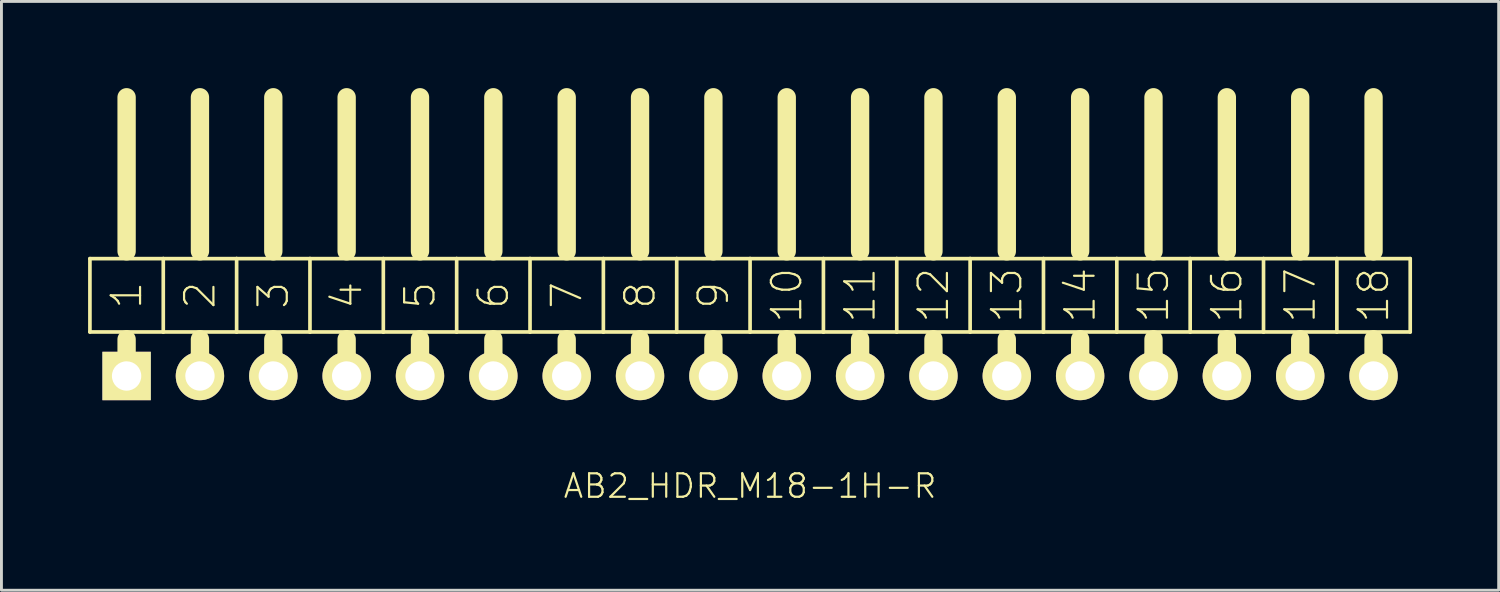
<source format=kicad_pcb>
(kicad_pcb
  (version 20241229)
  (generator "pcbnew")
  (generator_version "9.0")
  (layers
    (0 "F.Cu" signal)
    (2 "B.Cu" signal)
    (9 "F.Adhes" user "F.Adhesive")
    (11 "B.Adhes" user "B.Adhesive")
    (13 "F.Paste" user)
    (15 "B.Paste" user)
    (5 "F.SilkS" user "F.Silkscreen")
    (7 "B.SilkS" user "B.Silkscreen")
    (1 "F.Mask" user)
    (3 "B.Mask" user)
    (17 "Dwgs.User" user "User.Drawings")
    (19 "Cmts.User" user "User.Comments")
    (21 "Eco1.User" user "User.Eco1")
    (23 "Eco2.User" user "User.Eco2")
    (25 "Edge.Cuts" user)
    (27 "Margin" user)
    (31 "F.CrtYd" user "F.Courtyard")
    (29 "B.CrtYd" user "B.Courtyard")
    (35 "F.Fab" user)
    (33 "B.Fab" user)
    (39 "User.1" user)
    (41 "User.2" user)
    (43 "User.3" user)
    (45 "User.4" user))
  (footprint "AB2_HDR_M18-1H-R"
    (layer "F.Cu")
    (at 22.924 9.97)
    (property "Reference" "AB2_HDR_M18-1H-R" (at 0 3.81 0) (layer "F.SilkS") (effects (font (size 0.813 0.813) (thickness 0.076))))
    (attr through_hole)
    (fp_line (start -22.86 -4.064) (end -22.86 -1.524) (stroke (width 0.127) (type solid)) (layer "F.SilkS"))
    (fp_line (start -22.86 -1.524) (end -21.59 -1.524) (stroke (width 0.127) (type solid)) (layer "F.SilkS"))
    (fp_line (start -21.59 -4.318) (end -21.59 -9.652) (stroke (width 0.635) (type solid)) (layer "F.SilkS"))
    (fp_line (start -21.59 -1.524) (end -20.32 -1.524) (stroke (width 0.127) (type solid)) (layer "F.SilkS"))
    (fp_line (start -21.59 -1.27) (end -21.59 0) (stroke (width 0.635) (type solid)) (layer "F.SilkS"))
    (fp_line (start -20.32 -4.064) (end -22.86 -4.064) (stroke (width 0.127) (type solid)) (layer "F.SilkS"))
    (fp_line (start -20.32 -1.524) (end -20.32 -4.064) (stroke (width 0.127) (type solid)) (layer "F.SilkS"))
    (fp_line (start -20.32 -1.524) (end -19.05 -1.524) (stroke (width 0.127) (type solid)) (layer "F.SilkS"))
    (fp_line (start -19.05 -4.318) (end -19.05 -9.652) (stroke (width 0.635) (type solid)) (layer "F.SilkS"))
    (fp_line (start -19.05 -1.524) (end -17.78 -1.524) (stroke (width 0.127) (type solid)) (layer "F.SilkS"))
    (fp_line (start -19.05 -1.27) (end -19.05 0) (stroke (width 0.635) (type solid)) (layer "F.SilkS"))
    (fp_line (start -17.78 -4.064) (end -20.32 -4.064) (stroke (width 0.127) (type solid)) (layer "F.SilkS"))
    (fp_line (start -17.78 -1.524) (end -17.78 -4.064) (stroke (width 0.127) (type solid)) (layer "F.SilkS"))
    (fp_line (start -17.78 -1.524) (end -16.51 -1.524) (stroke (width 0.127) (type solid)) (layer "F.SilkS"))
    (fp_line (start -16.51 -4.318) (end -16.51 -9.652) (stroke (width 0.635) (type solid)) (layer "F.SilkS"))
    (fp_line (start -16.51 -1.524) (end -15.24 -1.524) (stroke (width 0.127) (type solid)) (layer "F.SilkS"))
    (fp_line (start -16.51 -1.27) (end -16.51 0) (stroke (width 0.635) (type solid)) (layer "F.SilkS"))
    (fp_line (start -15.24 -4.064) (end -17.78 -4.064) (stroke (width 0.127) (type solid)) (layer "F.SilkS"))
    (fp_line (start -15.24 -1.524) (end -15.24 -4.064) (stroke (width 0.127) (type solid)) (layer "F.SilkS"))
    (fp_line (start -15.24 -1.524) (end -13.97 -1.524) (stroke (width 0.127) (type solid)) (layer "F.SilkS"))
    (fp_line (start -13.97 -4.318) (end -13.97 -9.652) (stroke (width 0.635) (type solid)) (layer "F.SilkS"))
    (fp_line (start -13.97 -1.524) (end -12.7 -1.524) (stroke (width 0.127) (type solid)) (layer "F.SilkS"))
    (fp_line (start -13.97 -1.27) (end -13.97 0) (stroke (width 0.635) (type solid)) (layer "F.SilkS"))
    (fp_line (start -12.7 -4.064) (end -15.24 -4.064) (stroke (width 0.127) (type solid)) (layer "F.SilkS"))
    (fp_line (start -12.7 -1.524) (end -12.7 -4.064) (stroke (width 0.127) (type solid)) (layer "F.SilkS"))
    (fp_line (start -12.7 -1.524) (end -11.43 -1.524) (stroke (width 0.127) (type solid)) (layer "F.SilkS"))
    (fp_line (start -11.43 -4.318) (end -11.43 -9.652) (stroke (width 0.635) (type solid)) (layer "F.SilkS"))
    (fp_line (start -11.43 -1.524) (end -10.16 -1.524) (stroke (width 0.127) (type solid)) (layer "F.SilkS"))
    (fp_line (start -11.43 -1.27) (end -11.43 0) (stroke (width 0.635) (type solid)) (layer "F.SilkS"))
    (fp_line (start -10.16 -4.064) (end -12.7 -4.064) (stroke (width 0.127) (type solid)) (layer "F.SilkS"))
    (fp_line (start -10.16 -1.524) (end -10.16 -4.064) (stroke (width 0.127) (type solid)) (layer "F.SilkS"))
    (fp_line (start -10.16 -1.524) (end -8.89 -1.524) (stroke (width 0.127) (type solid)) (layer "F.SilkS"))
    (fp_line (start -8.89 -4.318) (end -8.89 -9.652) (stroke (width 0.635) (type solid)) (layer "F.SilkS"))
    (fp_line (start -8.89 -1.524) (end -7.62 -1.524) (stroke (width 0.127) (type solid)) (layer "F.SilkS"))
    (fp_line (start -8.89 -1.27) (end -8.89 0) (stroke (width 0.635) (type solid)) (layer "F.SilkS"))
    (fp_line (start -7.62 -4.064) (end -10.16 -4.064) (stroke (width 0.127) (type solid)) (layer "F.SilkS"))
    (fp_line (start -7.62 -1.524) (end -7.62 -4.064) (stroke (width 0.127) (type solid)) (layer "F.SilkS"))
    (fp_line (start -7.62 -1.524) (end -6.35 -1.524) (stroke (width 0.127) (type solid)) (layer "F.SilkS"))
    (fp_line (start -6.35 -4.318) (end -6.35 -9.652) (stroke (width 0.635) (type solid)) (layer "F.SilkS"))
    (fp_line (start -6.35 -1.524) (end -5.08 -1.524) (stroke (width 0.127) (type solid)) (layer "F.SilkS"))
    (fp_line (start -6.35 -1.27) (end -6.35 0) (stroke (width 0.635) (type solid)) (layer "F.SilkS"))
    (fp_line (start -5.08 -4.064) (end -7.62 -4.064) (stroke (width 0.127) (type solid)) (layer "F.SilkS"))
    (fp_line (start -5.08 -1.524) (end -5.08 -4.064) (stroke (width 0.127) (type solid)) (layer "F.SilkS"))
    (fp_line (start -5.08 -1.524) (end -3.81 -1.524) (stroke (width 0.127) (type solid)) (layer "F.SilkS"))
    (fp_line (start -3.81 -4.318) (end -3.81 -9.652) (stroke (width 0.635) (type solid)) (layer "F.SilkS"))
    (fp_line (start -3.81 -1.524) (end -2.54 -1.524) (stroke (width 0.127) (type solid)) (layer "F.SilkS"))
    (fp_line (start -3.81 -1.27) (end -3.81 0) (stroke (width 0.635) (type solid)) (layer "F.SilkS"))
    (fp_line (start -2.54 -4.064) (end -5.08 -4.064) (stroke (width 0.127) (type solid)) (layer "F.SilkS"))
    (fp_line (start -2.54 -1.524) (end -2.54 -4.064) (stroke (width 0.127) (type solid)) (layer "F.SilkS"))
    (fp_line (start -2.54 -1.524) (end -1.27 -1.524) (stroke (width 0.127) (type solid)) (layer "F.SilkS"))
    (fp_line (start -1.27 -4.318) (end -1.27 -9.652) (stroke (width 0.635) (type solid)) (layer "F.SilkS"))
    (fp_line (start -1.27 -1.524) (end 0 -1.524) (stroke (width 0.127) (type solid)) (layer "F.SilkS"))
    (fp_line (start -1.27 -1.27) (end -1.27 0) (stroke (width 0.635) (type solid)) (layer "F.SilkS"))
    (fp_line (start 0 -4.064) (end -2.54 -4.064) (stroke (width 0.127) (type solid)) (layer "F.SilkS"))
    (fp_line (start 0 -1.524) (end 0 -4.064) (stroke (width 0.127) (type solid)) (layer "F.SilkS"))
    (fp_line (start 0 -1.524) (end 1.27 -1.524) (stroke (width 0.127) (type solid)) (layer "F.SilkS"))
    (fp_line (start 1.27 -4.318) (end 1.27 -9.652) (stroke (width 0.635) (type solid)) (layer "F.SilkS"))
    (fp_line (start 1.27 -1.524) (end 2.54 -1.524) (stroke (width 0.127) (type solid)) (layer "F.SilkS"))
    (fp_line (start 1.27 -1.27) (end 1.27 0) (stroke (width 0.635) (type solid)) (layer "F.SilkS"))
    (fp_line (start 2.54 -4.064) (end 0 -4.064) (stroke (width 0.127) (type solid)) (layer "F.SilkS"))
    (fp_line (start 2.54 -1.524) (end 2.54 -4.064) (stroke (width 0.127) (type solid)) (layer "F.SilkS"))
    (fp_line (start 2.54 -1.524) (end 3.81 -1.524) (stroke (width 0.127) (type solid)) (layer "F.SilkS"))
    (fp_line (start 3.81 -4.318) (end 3.81 -9.652) (stroke (width 0.635) (type solid)) (layer "F.SilkS"))
    (fp_line (start 3.81 -1.524) (end 5.08 -1.524) (stroke (width 0.127) (type solid)) (layer "F.SilkS"))
    (fp_line (start 3.81 -1.27) (end 3.81 0) (stroke (width 0.635) (type solid)) (layer "F.SilkS"))
    (fp_line (start 5.08 -4.064) (end 2.54 -4.064) (stroke (width 0.127) (type solid)) (layer "F.SilkS"))
    (fp_line (start 5.08 -1.524) (end 5.08 -4.064) (stroke (width 0.127) (type solid)) (layer "F.SilkS"))
    (fp_line (start 5.08 -1.524) (end 6.35 -1.524) (stroke (width 0.127) (type solid)) (layer "F.SilkS"))
    (fp_line (start 6.35 -4.318) (end 6.35 -9.652) (stroke (width 0.635) (type solid)) (layer "F.SilkS"))
    (fp_line (start 6.35 -1.524) (end 7.62 -1.524) (stroke (width 0.127) (type solid)) (layer "F.SilkS"))
    (fp_line (start 6.35 -1.27) (end 6.35 0) (stroke (width 0.635) (type solid)) (layer "F.SilkS"))
    (fp_line (start 7.62 -4.064) (end 5.08 -4.064) (stroke (width 0.127) (type solid)) (layer "F.SilkS"))
    (fp_line (start 7.62 -1.524) (end 7.62 -4.064) (stroke (width 0.127) (type solid)) (layer "F.SilkS"))
    (fp_line (start 7.62 -1.524) (end 8.89 -1.524) (stroke (width 0.127) (type solid)) (layer "F.SilkS"))
    (fp_line (start 8.89 -4.318) (end 8.89 -9.652) (stroke (width 0.635) (type solid)) (layer "F.SilkS"))
    (fp_line (start 8.89 -1.524) (end 10.16 -1.524) (stroke (width 0.127) (type solid)) (layer "F.SilkS"))
    (fp_line (start 8.89 -1.27) (end 8.89 0) (stroke (width 0.635) (type solid)) (layer "F.SilkS"))
    (fp_line (start 10.16 -4.064) (end 7.62 -4.064) (stroke (width 0.127) (type solid)) (layer "F.SilkS"))
    (fp_line (start 10.16 -1.524) (end 10.16 -4.064) (stroke (width 0.127) (type solid)) (layer "F.SilkS"))
    (fp_line (start 10.16 -1.524) (end 11.43 -1.524) (stroke (width 0.127) (type solid)) (layer "F.SilkS"))
    (fp_line (start 11.43 -4.318) (end 11.43 -9.652) (stroke (width 0.635) (type solid)) (layer "F.SilkS"))
    (fp_line (start 11.43 -1.524) (end 12.7 -1.524) (stroke (width 0.127) (type solid)) (layer "F.SilkS"))
    (fp_line (start 11.43 -1.27) (end 11.43 0) (stroke (width 0.635) (type solid)) (layer "F.SilkS"))
    (fp_line (start 12.7 -4.064) (end 10.16 -4.064) (stroke (width 0.127) (type solid)) (layer "F.SilkS"))
    (fp_line (start 12.7 -1.524) (end 12.7 -4.064) (stroke (width 0.127) (type solid)) (layer "F.SilkS"))
    (fp_line (start 12.7 -1.524) (end 13.97 -1.524) (stroke (width 0.127) (type solid)) (layer "F.SilkS"))
    (fp_line (start 13.97 -4.318) (end 13.97 -9.652) (stroke (width 0.635) (type solid)) (layer "F.SilkS"))
    (fp_line (start 13.97 -1.524) (end 15.24 -1.524) (stroke (width 0.127) (type solid)) (layer "F.SilkS"))
    (fp_line (start 13.97 -1.27) (end 13.97 0) (stroke (width 0.635) (type solid)) (layer "F.SilkS"))
    (fp_line (start 15.24 -4.064) (end 12.7 -4.064) (stroke (width 0.127) (type solid)) (layer "F.SilkS"))
    (fp_line (start 15.24 -1.524) (end 15.24 -4.064) (stroke (width 0.127) (type solid)) (layer "F.SilkS"))
    (fp_line (start 15.24 -1.524) (end 16.51 -1.524) (stroke (width 0.127) (type solid)) (layer "F.SilkS"))
    (fp_line (start 16.51 -4.318) (end 16.51 -9.652) (stroke (width 0.635) (type solid)) (layer "F.SilkS"))
    (fp_line (start 16.51 -1.524) (end 17.78 -1.524) (stroke (width 0.127) (type solid)) (layer "F.SilkS"))
    (fp_line (start 16.51 -1.27) (end 16.51 0) (stroke (width 0.635) (type solid)) (layer "F.SilkS"))
    (fp_line (start 17.78 -4.064) (end 15.24 -4.064) (stroke (width 0.127) (type solid)) (layer "F.SilkS"))
    (fp_line (start 17.78 -1.524) (end 17.78 -4.064) (stroke (width 0.127) (type solid)) (layer "F.SilkS"))
    (fp_line (start 17.78 -1.524) (end 19.05 -1.524) (stroke (width 0.127) (type solid)) (layer "F.SilkS"))
    (fp_line (start 19.05 -4.318) (end 19.05 -9.652) (stroke (width 0.635) (type solid)) (layer "F.SilkS"))
    (fp_line (start 19.05 -1.524) (end 20.32 -1.524) (stroke (width 0.127) (type solid)) (layer "F.SilkS"))
    (fp_line (start 19.05 -1.27) (end 19.05 0) (stroke (width 0.635) (type solid)) (layer "F.SilkS"))
    (fp_line (start 20.32 -4.064) (end 17.78 -4.064) (stroke (width 0.127) (type solid)) (layer "F.SilkS"))
    (fp_line (start 20.32 -1.524) (end 20.32 -4.064) (stroke (width 0.127) (type solid)) (layer "F.SilkS"))
    (fp_line (start 20.32 -1.524) (end 21.59 -1.524) (stroke (width 0.127) (type solid)) (layer "F.SilkS"))
    (fp_line (start 21.59 -4.318) (end 21.59 -9.652) (stroke (width 0.635) (type solid)) (layer "F.SilkS"))
    (fp_line (start 21.59 -1.524) (end 22.86 -1.524) (stroke (width 0.127) (type solid)) (layer "F.SilkS"))
    (fp_line (start 21.59 -1.27) (end 21.59 0) (stroke (width 0.635) (type solid)) (layer "F.SilkS"))
    (fp_line (start 22.86 -4.064) (end 20.32 -4.064) (stroke (width 0.127) (type solid)) (layer "F.SilkS"))
    (fp_line (start 22.86 -1.524) (end 22.86 -4.064) (stroke (width 0.127) (type solid)) (layer "F.SilkS"))
    (fp_text user "18" (at 21.59 -2.794 90) (layer "F.SilkS") (effects (font (size 1.016 1.016) (thickness 0.076))))
    (fp_text user "2" (at -19.05 -2.794 90) (layer "F.SilkS") (effects (font (size 1.016 1.016) (thickness 0.076))))
    (fp_text user "15" (at 13.97 -2.794 90) (layer "F.SilkS") (effects (font (size 1.016 1.016) (thickness 0.076))))
    (fp_text user "4" (at -13.97 -2.794 90) (layer "F.SilkS") (effects (font (size 1.016 1.016) (thickness 0.076))))
    (fp_text user "9" (at -1.27 -2.794 90) (layer "F.SilkS") (effects (font (size 1.016 1.016) (thickness 0.076))))
    (fp_text user "5" (at -11.43 -2.794 90) (layer "F.SilkS") (effects (font (size 1.016 1.016) (thickness 0.076))))
    (fp_text user "12" (at 6.35 -2.794 90) (layer "F.SilkS") (effects (font (size 1.016 1.016) (thickness 0.076))))
    (fp_text user "17" (at 19.05 -2.794 90) (layer "F.SilkS") (effects (font (size 1.016 1.016) (thickness 0.076))))
    (fp_text user "3" (at -16.51 -2.794 90) (layer "F.SilkS") (effects (font (size 1.016 1.016) (thickness 0.076))))
    (fp_text user "8" (at -3.81 -2.794 90) (layer "F.SilkS") (effects (font (size 1.016 1.016) (thickness 0.076))))
    (fp_text user "1" (at -21.59 -2.794 270) (layer "F.SilkS") (effects (font (size 1.016 1.016) (thickness 0.076))))
    (fp_text user "14" (at 11.43 -2.794 90) (layer "F.SilkS") (effects (font (size 1.016 1.016) (thickness 0.076))))
    (fp_text user "16" (at 16.51 -2.794 90) (layer "F.SilkS") (effects (font (size 1.016 1.016) (thickness 0.076))))
    (fp_text user "7" (at -6.35 -2.794 90) (layer "F.SilkS") (effects (font (size 1.016 1.016) (thickness 0.076))))
    (fp_text user "11" (at 3.81 -2.794 90) (layer "F.SilkS") (effects (font (size 1.016 1.016) (thickness 0.076))))
    (fp_text user "6" (at -8.89 -2.794 90) (layer "F.SilkS") (effects (font (size 1.016 1.016) (thickness 0.076))))
    (fp_text user "10" (at 1.27 -2.794 90) (layer "F.SilkS") (effects (font (size 1.016 1.016) (thickness 0.076))))
    (fp_text user "13" (at 8.89 -2.794 90) (layer "F.SilkS") (effects (font (size 1.016 1.016) (thickness 0.076))))
    (pad "1" thru_hole rect (at -21.59 0) (size 1.676 1.676) (drill 1.016) (layers "*.Cu" "*.Mask" "F.SilkS"))
    (pad "2" thru_hole circle (at -19.05 0) (size 1.676 1.676) (drill 1.016) (layers "*.Cu" "*.Mask" "F.SilkS"))
    (pad "3" thru_hole circle (at -16.51 0) (size 1.676 1.676) (drill 1.016) (layers "*.Cu" "*.Mask" "F.SilkS"))
    (pad "4" thru_hole circle (at -13.97 0) (size 1.676 1.676) (drill 1.016) (layers "*.Cu" "*.Mask" "F.SilkS"))
    (pad "5" thru_hole circle (at -11.43 0) (size 1.676 1.676) (drill 1.016) (layers "*.Cu" "*.Mask" "F.SilkS"))
    (pad "6" thru_hole circle (at -8.89 0) (size 1.676 1.676) (drill 1.016) (layers "*.Cu" "*.Mask" "F.SilkS"))
    (pad "7" thru_hole circle (at -6.35 0) (size 1.676 1.676) (drill 1.016) (layers "*.Cu" "*.Mask" "F.SilkS"))
    (pad "8" thru_hole circle (at -3.81 0) (size 1.676 1.676) (drill 1.016) (layers "*.Cu" "*.Mask" "F.SilkS"))
    (pad "9" thru_hole circle (at -1.27 0) (size 1.676 1.676) (drill 1.016) (layers "*.Cu" "*.Mask" "F.SilkS"))
    (pad "10" thru_hole circle (at 1.27 0) (size 1.676 1.676) (drill 1.016) (layers "*.Cu" "*.Mask" "F.SilkS"))
    (pad "11" thru_hole circle (at 3.81 0) (size 1.676 1.676) (drill 1.016) (layers "*.Cu" "*.Mask" "F.SilkS"))
    (pad "12" thru_hole circle (at 6.35 0) (size 1.676 1.676) (drill 1.016) (layers "*.Cu" "*.Mask" "F.SilkS"))
    (pad "13" thru_hole circle (at 8.89 0) (size 1.676 1.676) (drill 1.016) (layers "*.Cu" "*.Mask" "F.SilkS"))
    (pad "14" thru_hole circle (at 11.43 0) (size 1.676 1.676) (drill 1.016) (layers "*.Cu" "*.Mask" "F.SilkS"))
    (pad "15" thru_hole circle (at 13.97 0) (size 1.676 1.676) (drill 1.016) (layers "*.Cu" "*.Mask" "F.SilkS"))
    (pad "16" thru_hole circle (at 16.51 0) (size 1.676 1.676) (drill 1.016) (layers "*.Cu" "*.Mask" "F.SilkS"))
    (pad "17" thru_hole circle (at 19.05 0) (size 1.676 1.676) (drill 1.016) (layers "*.Cu" "*.Mask" "F.SilkS"))
    (pad "18" thru_hole circle (at 21.59 0) (size 1.676 1.676) (drill 1.016) (layers "*.Cu" "*.Mask" "F.SilkS")))
  (gr_rect
    (start -3 -3)
    (end 48.847 17.389)
    (stroke (width 0.1) (type default))
    (fill no)
    (layer "Edge.Cuts")))
</source>
